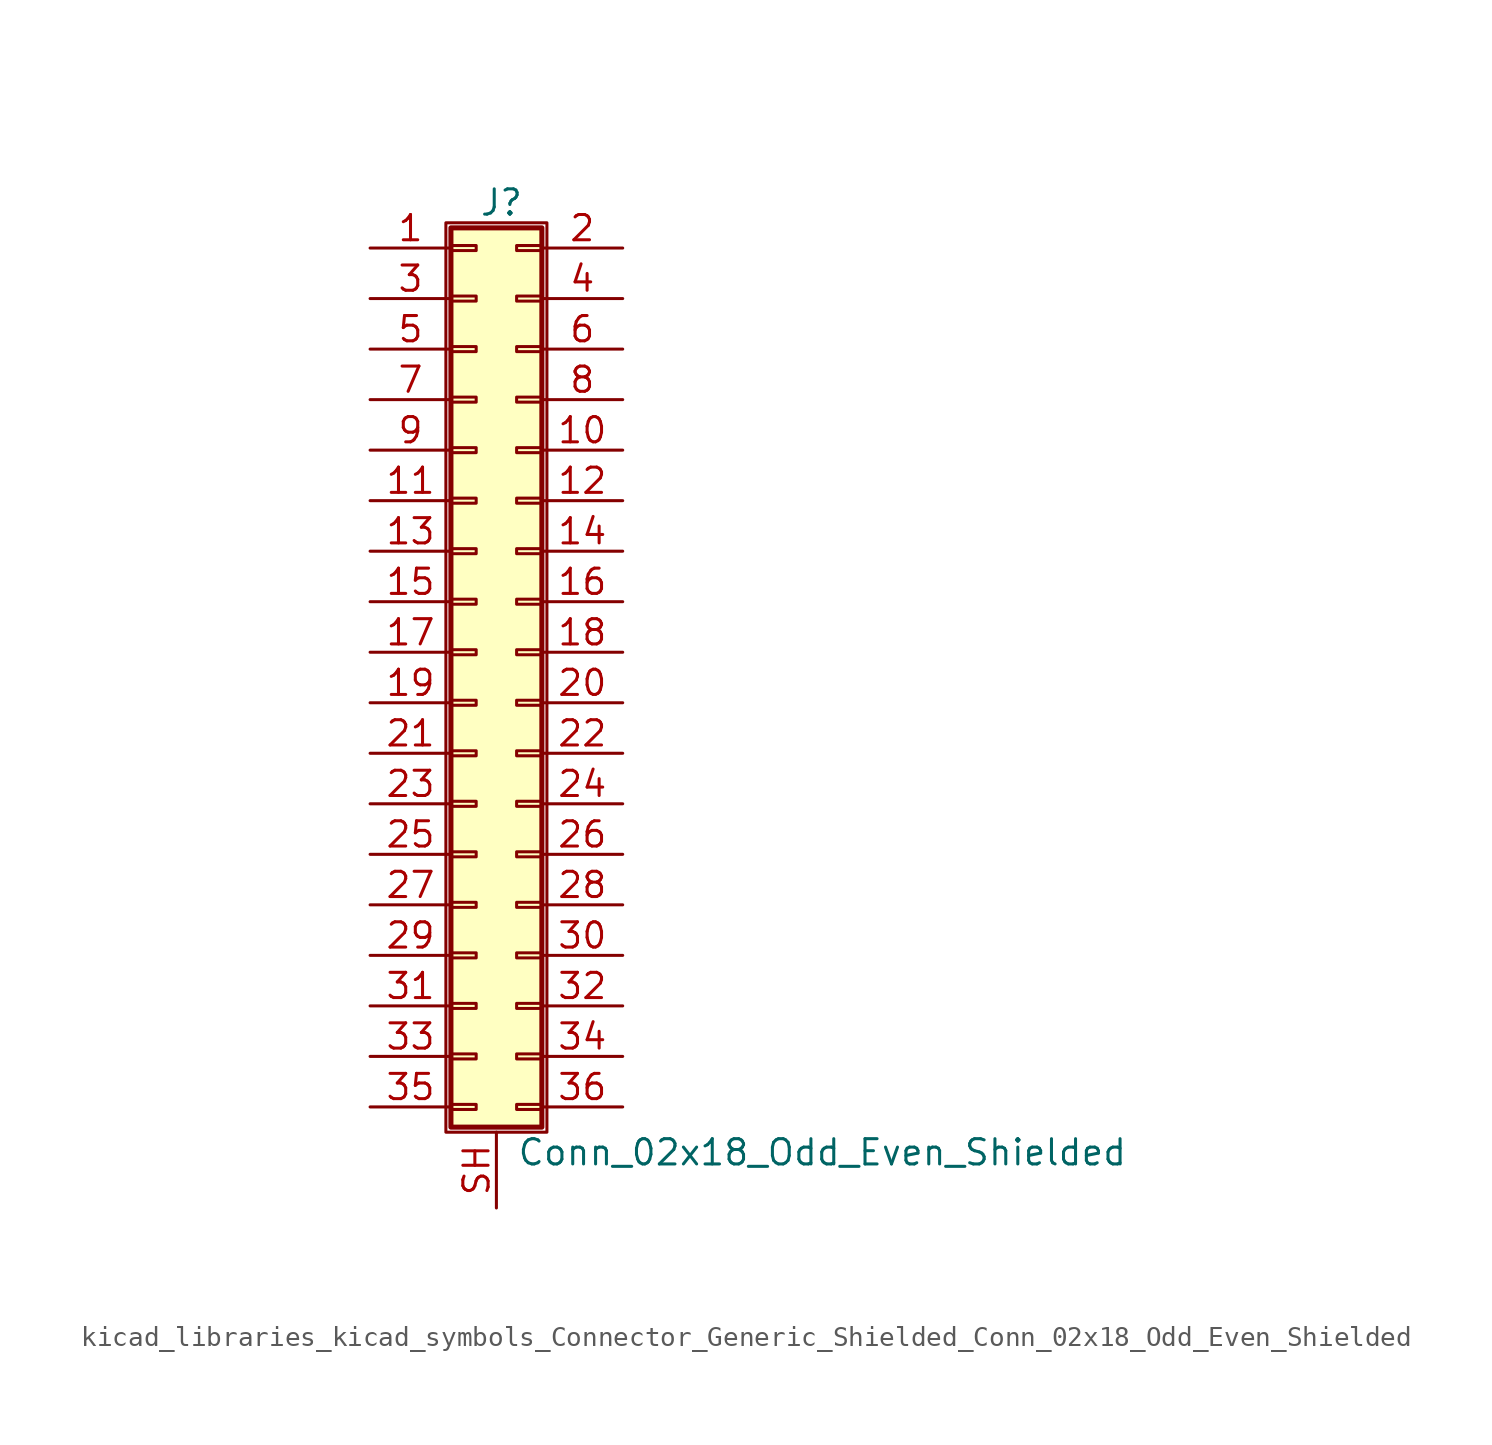
<source format=kicad_sym>
(kicad_symbol_lib
  (version 20220914)
  (generator kicad_symbol_editor)
  (symbol "kicad_libraries_kicad_symbols_Connector_Generic_Shielded_Conn_02x18_Odd_Even_Shielded"
    (pin_names
      (offset 1.016) hide)
    (property "Reference" "J"
      (at 1.524 22.606 0)
      (effects (font (size 1.27 1.27))))
    (property "Value" "Conn_02x18_Odd_Even_Shielded"
      (at 2.286 -25.146 0)
      (effects (font (size 1.27 1.27)) (justify left)))
    (symbol "kicad_libraries_kicad_symbols_Connector_Generic_Shielded_Conn_02x18_Odd_Even_Shielded_1_1"
      (rectangle (start -1.27 21.59) (end 3.81 -24.13) (stroke (width 0.152) (type default)) (fill (type none)))
      (rectangle (start -1.016 -22.733) (end 0.254 -22.987) (stroke (width 0.152) (type default)) (fill (type none)))
      (rectangle (start -1.016 -20.193) (end 0.254 -20.447) (stroke (width 0.152) (type default)) (fill (type none)))
      (rectangle (start -1.016 -17.653) (end 0.254 -17.907) (stroke (width 0.152) (type default)) (fill (type none)))
      (rectangle (start -1.016 -15.113) (end 0.254 -15.367) (stroke (width 0.152) (type default)) (fill (type none)))
      (rectangle (start -1.016 -12.573) (end 0.254 -12.827) (stroke (width 0.152) (type default)) (fill (type none)))
      (rectangle (start -1.016 -10.033) (end 0.254 -10.287) (stroke (width 0.152) (type default)) (fill (type none)))
      (rectangle (start -1.016 -7.493) (end 0.254 -7.747) (stroke (width 0.152) (type default)) (fill (type none)))
      (rectangle (start -1.016 -4.953) (end 0.254 -5.207) (stroke (width 0.152) (type default)) (fill (type none)))
      (rectangle (start -1.016 -2.413) (end 0.254 -2.667) (stroke (width 0.152) (type default)) (fill (type none)))
      (rectangle (start -1.016 0.127) (end 0.254 -0.127) (stroke (width 0.152) (type default)) (fill (type none)))
      (rectangle (start -1.016 2.667) (end 0.254 2.413) (stroke (width 0.152) (type default)) (fill (type none)))
      (rectangle (start -1.016 5.207) (end 0.254 4.953) (stroke (width 0.152) (type default)) (fill (type none)))
      (rectangle (start -1.016 7.747) (end 0.254 7.493) (stroke (width 0.152) (type default)) (fill (type none)))
      (rectangle (start -1.016 10.287) (end 0.254 10.033) (stroke (width 0.152) (type default)) (fill (type none)))
      (rectangle (start -1.016 12.827) (end 0.254 12.573) (stroke (width 0.152) (type default)) (fill (type none)))
      (rectangle (start -1.016 15.367) (end 0.254 15.113) (stroke (width 0.152) (type default)) (fill (type none)))
      (rectangle (start -1.016 17.907) (end 0.254 17.653) (stroke (width 0.152) (type default)) (fill (type none)))
      (rectangle (start -1.016 20.447) (end 0.254 20.193) (stroke (width 0.152) (type default)) (fill (type none)))
      (rectangle (start -1.016 21.336) (end 3.556 -23.876) (stroke (width 0.254) (type default)) (fill (type background)))
      (rectangle (start 3.556 -22.733) (end 2.286 -22.987) (stroke (width 0.152) (type default)) (fill (type none)))
      (rectangle (start 3.556 -20.193) (end 2.286 -20.447) (stroke (width 0.152) (type default)) (fill (type none)))
      (rectangle (start 3.556 -17.653) (end 2.286 -17.907) (stroke (width 0.152) (type default)) (fill (type none)))
      (rectangle (start 3.556 -15.113) (end 2.286 -15.367) (stroke (width 0.152) (type default)) (fill (type none)))
      (rectangle (start 3.556 -12.573) (end 2.286 -12.827) (stroke (width 0.152) (type default)) (fill (type none)))
      (rectangle (start 3.556 -10.033) (end 2.286 -10.287) (stroke (width 0.152) (type default)) (fill (type none)))
      (rectangle (start 3.556 -7.493) (end 2.286 -7.747) (stroke (width 0.152) (type default)) (fill (type none)))
      (rectangle (start 3.556 -4.953) (end 2.286 -5.207) (stroke (width 0.152) (type default)) (fill (type none)))
      (rectangle (start 3.556 -2.413) (end 2.286 -2.667) (stroke (width 0.152) (type default)) (fill (type none)))
      (rectangle (start 3.556 0.127) (end 2.286 -0.127) (stroke (width 0.152) (type default)) (fill (type none)))
      (rectangle (start 3.556 2.667) (end 2.286 2.413) (stroke (width 0.152) (type default)) (fill (type none)))
      (rectangle (start 3.556 5.207) (end 2.286 4.953) (stroke (width 0.152) (type default)) (fill (type none)))
      (rectangle (start 3.556 7.747) (end 2.286 7.493) (stroke (width 0.152) (type default)) (fill (type none)))
      (rectangle (start 3.556 10.287) (end 2.286 10.033) (stroke (width 0.152) (type default)) (fill (type none)))
      (rectangle (start 3.556 12.827) (end 2.286 12.573) (stroke (width 0.152) (type default)) (fill (type none)))
      (rectangle (start 3.556 15.367) (end 2.286 15.113) (stroke (width 0.152) (type default)) (fill (type none)))
      (rectangle (start 3.556 17.907) (end 2.286 17.653) (stroke (width 0.152) (type default)) (fill (type none)))
      (rectangle (start 3.556 20.447) (end 2.286 20.193) (stroke (width 0.152) (type default)) (fill (type none)))
      (pin passive line (at -5.08 20.32 0) (length 4.064) (name "Pin_1" (effects (font (size 1.27 1.27)))) (number "1" (effects (font (size 1.27 1.27)))))
      (pin passive line (at 7.62 10.16 180) (length 4.064) (name "Pin_10" (effects (font (size 1.27 1.27)))) (number "10" (effects (font (size 1.27 1.27)))))
      (pin passive line (at -5.08 7.62 0) (length 4.064) (name "Pin_11" (effects (font (size 1.27 1.27)))) (number "11" (effects (font (size 1.27 1.27)))))
      (pin passive line (at 7.62 7.62 180) (length 4.064) (name "Pin_12" (effects (font (size 1.27 1.27)))) (number "12" (effects (font (size 1.27 1.27)))))
      (pin passive line (at -5.08 5.08 0) (length 4.064) (name "Pin_13" (effects (font (size 1.27 1.27)))) (number "13" (effects (font (size 1.27 1.27)))))
      (pin passive line (at 7.62 5.08 180) (length 4.064) (name "Pin_14" (effects (font (size 1.27 1.27)))) (number "14" (effects (font (size 1.27 1.27)))))
      (pin passive line (at -5.08 2.54 0) (length 4.064) (name "Pin_15" (effects (font (size 1.27 1.27)))) (number "15" (effects (font (size 1.27 1.27)))))
      (pin passive line (at 7.62 2.54 180) (length 4.064) (name "Pin_16" (effects (font (size 1.27 1.27)))) (number "16" (effects (font (size 1.27 1.27)))))
      (pin passive line (at -5.08 0 0) (length 4.064) (name "Pin_17" (effects (font (size 1.27 1.27)))) (number "17" (effects (font (size 1.27 1.27)))))
      (pin passive line (at 7.62 0 180) (length 4.064) (name "Pin_18" (effects (font (size 1.27 1.27)))) (number "18" (effects (font (size 1.27 1.27)))))
      (pin passive line (at -5.08 -2.54 0) (length 4.064) (name "Pin_19" (effects (font (size 1.27 1.27)))) (number "19" (effects (font (size 1.27 1.27)))))
      (pin passive line (at 7.62 20.32 180) (length 4.064) (name "Pin_2" (effects (font (size 1.27 1.27)))) (number "2" (effects (font (size 1.27 1.27)))))
      (pin passive line (at 7.62 -2.54 180) (length 4.064) (name "Pin_20" (effects (font (size 1.27 1.27)))) (number "20" (effects (font (size 1.27 1.27)))))
      (pin passive line (at -5.08 -5.08 0) (length 4.064) (name "Pin_21" (effects (font (size 1.27 1.27)))) (number "21" (effects (font (size 1.27 1.27)))))
      (pin passive line (at 7.62 -5.08 180) (length 4.064) (name "Pin_22" (effects (font (size 1.27 1.27)))) (number "22" (effects (font (size 1.27 1.27)))))
      (pin passive line (at -5.08 -7.62 0) (length 4.064) (name "Pin_23" (effects (font (size 1.27 1.27)))) (number "23" (effects (font (size 1.27 1.27)))))
      (pin passive line (at 7.62 -7.62 180) (length 4.064) (name "Pin_24" (effects (font (size 1.27 1.27)))) (number "24" (effects (font (size 1.27 1.27)))))
      (pin passive line (at -5.08 -10.16 0) (length 4.064) (name "Pin_25" (effects (font (size 1.27 1.27)))) (number "25" (effects (font (size 1.27 1.27)))))
      (pin passive line (at 7.62 -10.16 180) (length 4.064) (name "Pin_26" (effects (font (size 1.27 1.27)))) (number "26" (effects (font (size 1.27 1.27)))))
      (pin passive line (at -5.08 -12.7 0) (length 4.064) (name "Pin_27" (effects (font (size 1.27 1.27)))) (number "27" (effects (font (size 1.27 1.27)))))
      (pin passive line (at 7.62 -12.7 180) (length 4.064) (name "Pin_28" (effects (font (size 1.27 1.27)))) (number "28" (effects (font (size 1.27 1.27)))))
      (pin passive line (at -5.08 -15.24 0) (length 4.064) (name "Pin_29" (effects (font (size 1.27 1.27)))) (number "29" (effects (font (size 1.27 1.27)))))
      (pin passive line (at -5.08 17.78 0) (length 4.064) (name "Pin_3" (effects (font (size 1.27 1.27)))) (number "3" (effects (font (size 1.27 1.27)))))
      (pin passive line (at 7.62 -15.24 180) (length 4.064) (name "Pin_30" (effects (font (size 1.27 1.27)))) (number "30" (effects (font (size 1.27 1.27)))))
      (pin passive line (at -5.08 -17.78 0) (length 4.064) (name "Pin_31" (effects (font (size 1.27 1.27)))) (number "31" (effects (font (size 1.27 1.27)))))
      (pin passive line (at 7.62 -17.78 180) (length 4.064) (name "Pin_32" (effects (font (size 1.27 1.27)))) (number "32" (effects (font (size 1.27 1.27)))))
      (pin passive line (at -5.08 -20.32 0) (length 4.064) (name "Pin_33" (effects (font (size 1.27 1.27)))) (number "33" (effects (font (size 1.27 1.27)))))
      (pin passive line (at 7.62 -20.32 180) (length 4.064) (name "Pin_34" (effects (font (size 1.27 1.27)))) (number "34" (effects (font (size 1.27 1.27)))))
      (pin passive line (at -5.08 -22.86 0) (length 4.064) (name "Pin_35" (effects (font (size 1.27 1.27)))) (number "35" (effects (font (size 1.27 1.27)))))
      (pin passive line (at 7.62 -22.86 180) (length 4.064) (name "Pin_36" (effects (font (size 1.27 1.27)))) (number "36" (effects (font (size 1.27 1.27)))))
      (pin passive line (at 7.62 17.78 180) (length 4.064) (name "Pin_4" (effects (font (size 1.27 1.27)))) (number "4" (effects (font (size 1.27 1.27)))))
      (pin passive line (at -5.08 15.24 0) (length 4.064) (name "Pin_5" (effects (font (size 1.27 1.27)))) (number "5" (effects (font (size 1.27 1.27)))))
      (pin passive line (at 7.62 15.24 180) (length 4.064) (name "Pin_6" (effects (font (size 1.27 1.27)))) (number "6" (effects (font (size 1.27 1.27)))))
      (pin passive line (at -5.08 12.7 0) (length 4.064) (name "Pin_7" (effects (font (size 1.27 1.27)))) (number "7" (effects (font (size 1.27 1.27)))))
      (pin passive line (at 7.62 12.7 180) (length 4.064) (name "Pin_8" (effects (font (size 1.27 1.27)))) (number "8" (effects (font (size 1.27 1.27)))))
      (pin passive line (at -5.08 10.16 0) (length 4.064) (name "Pin_9" (effects (font (size 1.27 1.27)))) (number "9" (effects (font (size 1.27 1.27)))))
      (pin passive line (at 1.27 -27.94 90) (length 3.81) (name "Shield" (effects (font (size 1.27 1.27)))) (number "SH" (effects (font (size 1.27 1.27))))))))
</source>
